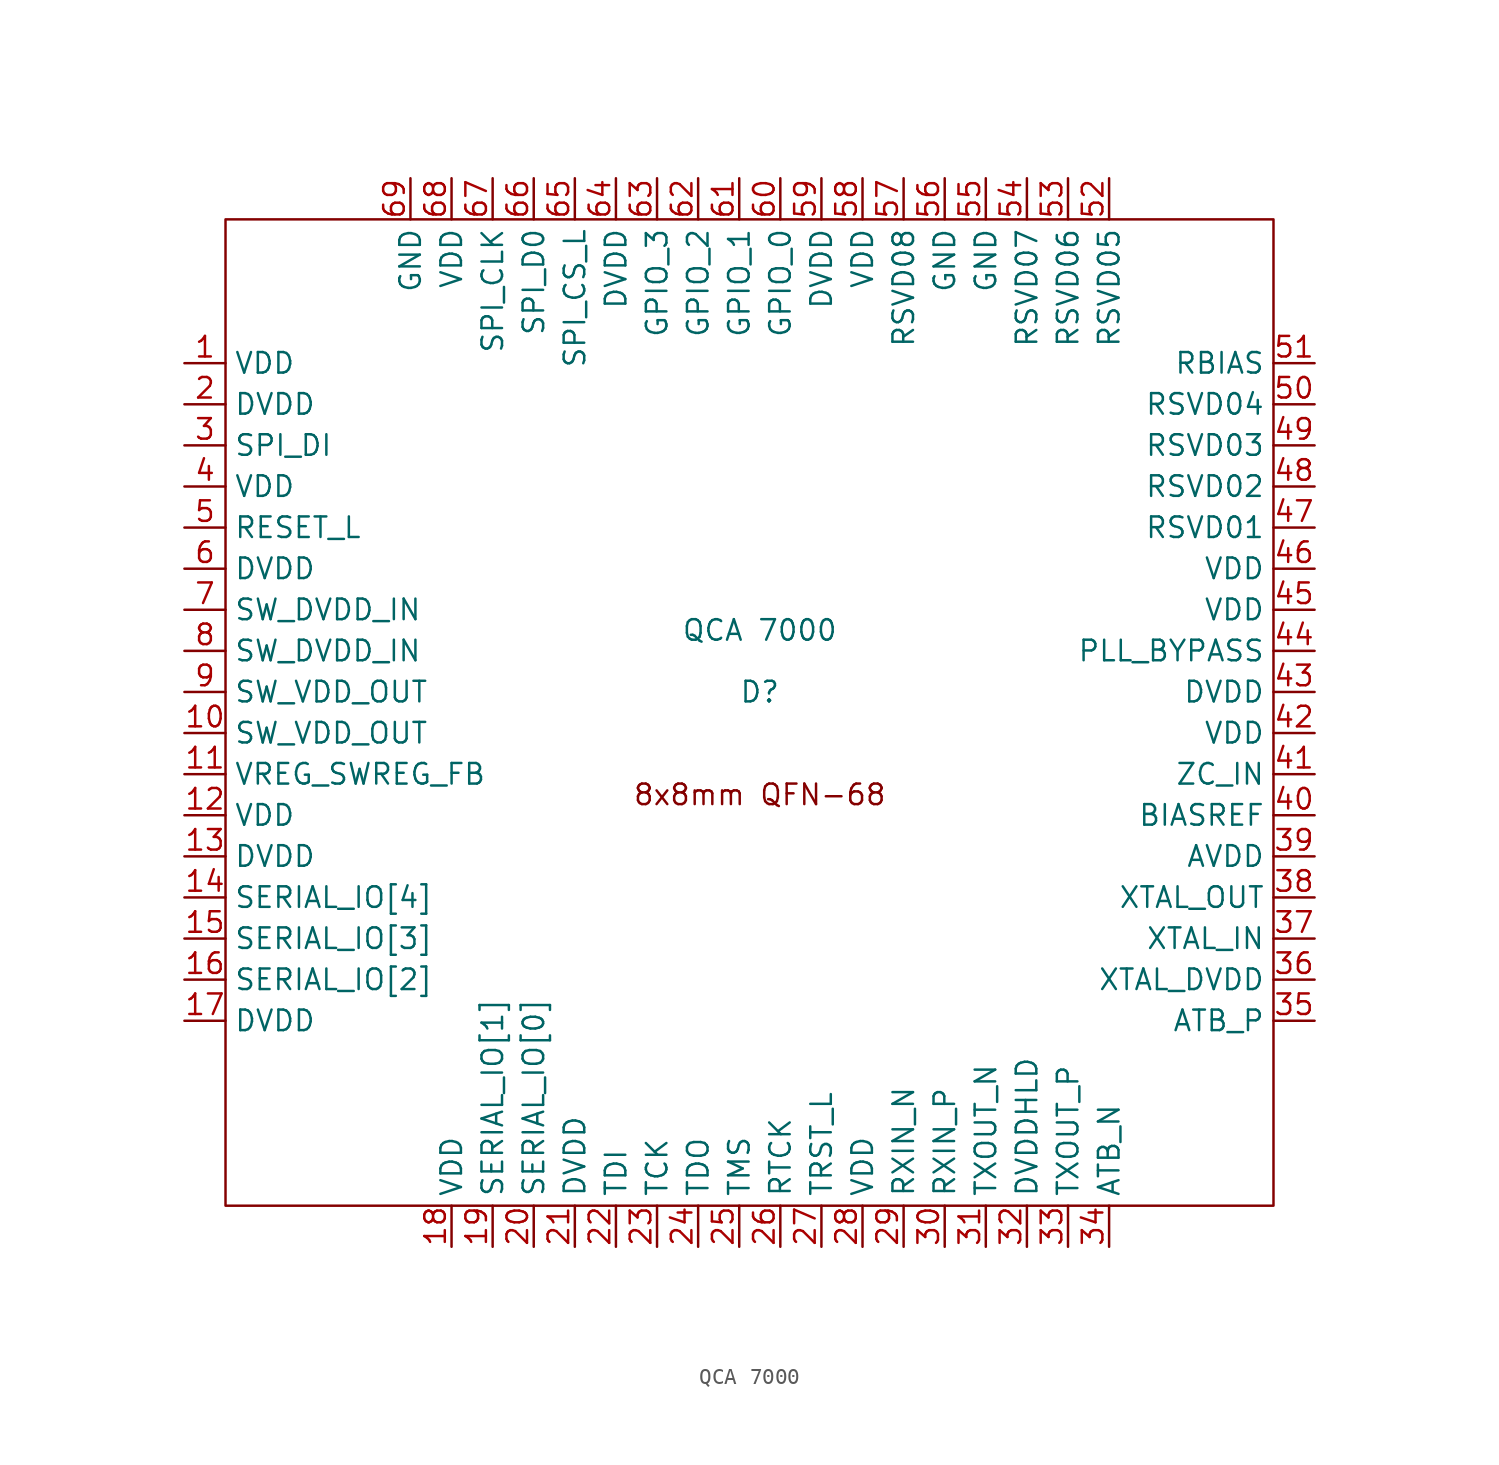
<source format=kicad_sym>
(kicad_symbol_lib
  (version 20211014)
  (generator kicad_symbol_editor)
  (symbol "QCA 7000"
    (property "Reference" "D"
      (at 0 0 0)
      (effects (font (size 1.27 1.27))))
    (property "Value" "QCA 7000"
      (at 0 3.81 0)
      (effects (font (size 1.27 1.27))))
    (symbol "QCA 7000_0_0"
      (text "8x8mm QFN-68" (at 0 -6.35 0) (effects (font (size 1.27 1.27))))
      (pin power_in line (at -35.56 -2.54 0) (length 2.54) (name "SW_VDD_OUT" (effects (font (size 1.27 1.27)))) (number "10" (effects (font (size 1.27 1.27)))))
      (pin power_in line (at -35.56 -5.08 0) (length 2.54) (name "VREG_SWREG_FB" (effects (font (size 1.27 1.27)))) (number "11" (effects (font (size 1.27 1.27)))))
      (pin power_in line (at -35.56 -7.62 0) (length 2.54) (name "VDD" (effects (font (size 1.27 1.27)))) (number "12" (effects (font (size 1.27 1.27)))))
      (pin power_in line (at -35.56 -10.16 0) (length 2.54) (name "DVDD" (effects (font (size 1.27 1.27)))) (number "13" (effects (font (size 1.27 1.27)))))
      (pin bidirectional line (at -35.56 -12.7 0) (length 2.54) (name "SERIAL_IO[4]" (effects (font (size 1.27 1.27)))) (number "14" (effects (font (size 1.27 1.27)))))
      (pin bidirectional line (at -35.56 -15.24 0) (length 2.54) (name "SERIAL_IO[3]" (effects (font (size 1.27 1.27)))) (number "15" (effects (font (size 1.27 1.27)))))
      (pin bidirectional line (at -35.56 -17.78 0) (length 2.54) (name "SERIAL_IO[2]" (effects (font (size 1.27 1.27)))) (number "16" (effects (font (size 1.27 1.27)))))
      (pin power_in line (at -35.56 -20.32 0) (length 2.54) (name "DVDD" (effects (font (size 1.27 1.27)))) (number "17" (effects (font (size 1.27 1.27)))))
      (pin power_in line (at -19.05 -34.29 90) (length 2.54) (name "VDD" (effects (font (size 1.27 1.27)))) (number "18" (effects (font (size 1.27 1.27)))))
      (pin bidirectional line (at -16.51 -34.29 90) (length 2.54) (name "SERIAL_IO[1]" (effects (font (size 1.27 1.27)))) (number "19" (effects (font (size 1.27 1.27)))))
      (pin power_in line (at -35.56 17.78 0) (length 2.54) (name "DVDD" (effects (font (size 1.27 1.27)))) (number "2" (effects (font (size 1.27 1.27)))))
      (pin bidirectional line (at -13.97 -34.29 90) (length 2.54) (name "SERIAL_IO[0]" (effects (font (size 1.27 1.27)))) (number "20" (effects (font (size 1.27 1.27)))))
      (pin power_in line (at -11.43 -34.29 90) (length 2.54) (name "DVDD" (effects (font (size 1.27 1.27)))) (number "21" (effects (font (size 1.27 1.27)))))
      (pin input line (at -8.89 -34.29 90) (length 2.54) (name "TDI" (effects (font (size 1.27 1.27)))) (number "22" (effects (font (size 1.27 1.27)))))
      (pin input line (at -6.35 -34.29 90) (length 2.54) (name "TCK" (effects (font (size 1.27 1.27)))) (number "23" (effects (font (size 1.27 1.27)))))
      (pin bidirectional line (at -3.81 -34.29 90) (length 2.54) (name "TDO" (effects (font (size 1.27 1.27)))) (number "24" (effects (font (size 1.27 1.27)))))
      (pin input line (at -1.27 -34.29 90) (length 2.54) (name "TMS" (effects (font (size 1.27 1.27)))) (number "25" (effects (font (size 1.27 1.27)))))
      (pin output line (at 1.27 -34.29 90) (length 2.54) (name "RTCK" (effects (font (size 1.27 1.27)))) (number "26" (effects (font (size 1.27 1.27)))))
      (pin input line (at 3.81 -34.29 90) (length 2.54) (name "TRST_L" (effects (font (size 1.27 1.27)))) (number "27" (effects (font (size 1.27 1.27)))))
      (pin power_in line (at 6.35 -34.29 90) (length 2.54) (name "VDD" (effects (font (size 1.27 1.27)))) (number "28" (effects (font (size 1.27 1.27)))))
      (pin input line (at 8.89 -34.29 90) (length 2.54) (name "RXIN_N" (effects (font (size 1.27 1.27)))) (number "29" (effects (font (size 1.27 1.27)))))
      (pin input line (at -35.56 15.24 0) (length 2.54) (name "SPI_DI" (effects (font (size 1.27 1.27)))) (number "3" (effects (font (size 1.27 1.27)))))
      (pin input line (at 11.43 -34.29 90) (length 2.54) (name "RXIN_P" (effects (font (size 1.27 1.27)))) (number "30" (effects (font (size 1.27 1.27)))))
      (pin output line (at 13.97 -34.29 90) (length 2.54) (name "TXOUT_N" (effects (font (size 1.27 1.27)))) (number "31" (effects (font (size 1.27 1.27)))))
      (pin power_in line (at 16.51 -34.29 90) (length 2.54) (name "DVDDHLD" (effects (font (size 1.27 1.27)))) (number "32" (effects (font (size 1.27 1.27)))))
      (pin output line (at 19.05 -34.29 90) (length 2.54) (name "TXOUT_P" (effects (font (size 1.27 1.27)))) (number "33" (effects (font (size 1.27 1.27)))))
      (pin input line (at 21.59 -34.29 90) (length 2.54) (name "ATB_N" (effects (font (size 1.27 1.27)))) (number "34" (effects (font (size 1.27 1.27)))))
      (pin input line (at 34.29 -20.32 180) (length 2.54) (name "ATB_P" (effects (font (size 1.27 1.27)))) (number "35" (effects (font (size 1.27 1.27)))))
      (pin power_in line (at 34.29 -17.78 180) (length 2.54) (name "XTAL_DVDD" (effects (font (size 1.27 1.27)))) (number "36" (effects (font (size 1.27 1.27)))))
      (pin input line (at 34.29 -15.24 180) (length 2.54) (name "XTAL_IN" (effects (font (size 1.27 1.27)))) (number "37" (effects (font (size 1.27 1.27)))))
      (pin output line (at 34.29 -12.7 180) (length 2.54) (name "XTAL_OUT" (effects (font (size 1.27 1.27)))) (number "38" (effects (font (size 1.27 1.27)))))
      (pin power_in line (at 34.29 -10.16 180) (length 2.54) (name "AVDD" (effects (font (size 1.27 1.27)))) (number "39" (effects (font (size 1.27 1.27)))))
      (pin power_in line (at -35.56 12.7 0) (length 2.54) (name "VDD" (effects (font (size 1.27 1.27)))) (number "4" (effects (font (size 1.27 1.27)))))
      (pin power_in line (at 34.29 -7.62 180) (length 2.54) (name "BIASREF" (effects (font (size 1.27 1.27)))) (number "40" (effects (font (size 1.27 1.27)))))
      (pin input line (at 34.29 -5.08 180) (length 2.54) (name "ZC_IN" (effects (font (size 1.27 1.27)))) (number "41" (effects (font (size 1.27 1.27)))))
      (pin power_in line (at 34.29 -2.54 180) (length 2.54) (name "VDD" (effects (font (size 1.27 1.27)))) (number "42" (effects (font (size 1.27 1.27)))))
      (pin power_in line (at 34.29 0 180) (length 2.54) (name "DVDD" (effects (font (size 1.27 1.27)))) (number "43" (effects (font (size 1.27 1.27)))))
      (pin input line (at 34.29 2.54 180) (length 2.54) (name "PLL_BYPASS" (effects (font (size 1.27 1.27)))) (number "44" (effects (font (size 1.27 1.27)))))
      (pin power_in line (at 34.29 5.08 180) (length 2.54) (name "VDD" (effects (font (size 1.27 1.27)))) (number "45" (effects (font (size 1.27 1.27)))))
      (pin power_in line (at 34.29 7.62 180) (length 2.54) (name "VDD" (effects (font (size 1.27 1.27)))) (number "46" (effects (font (size 1.27 1.27)))))
      (pin power_in line (at 34.29 10.16 180) (length 2.54) (name "RSVD01" (effects (font (size 1.27 1.27)))) (number "47" (effects (font (size 1.27 1.27)))))
      (pin bidirectional line (at 34.29 12.7 180) (length 2.54) (name "RSVD02" (effects (font (size 1.27 1.27)))) (number "48" (effects (font (size 1.27 1.27)))))
      (pin bidirectional line (at 34.29 15.24 180) (length 2.54) (name "RSVD03" (effects (font (size 1.27 1.27)))) (number "49" (effects (font (size 1.27 1.27)))))
      (pin input line (at -35.56 10.16 0) (length 2.54) (name "RESET_L" (effects (font (size 1.27 1.27)))) (number "5" (effects (font (size 1.27 1.27)))))
      (pin power_in line (at 34.29 17.78 180) (length 2.54) (name "RSVD04" (effects (font (size 1.27 1.27)))) (number "50" (effects (font (size 1.27 1.27)))))
      (pin bidirectional line (at 34.29 20.32 180) (length 2.54) (name "RBIAS" (effects (font (size 1.27 1.27)))) (number "51" (effects (font (size 1.27 1.27)))))
      (pin bidirectional line (at 21.59 31.75 270) (length 2.54) (name "RSVD05" (effects (font (size 1.27 1.27)))) (number "52" (effects (font (size 1.27 1.27)))))
      (pin bidirectional line (at 19.05 31.75 270) (length 2.54) (name "RSVD06" (effects (font (size 1.27 1.27)))) (number "53" (effects (font (size 1.27 1.27)))))
      (pin bidirectional line (at 16.51 31.75 270) (length 2.54) (name "RSVD07" (effects (font (size 1.27 1.27)))) (number "54" (effects (font (size 1.27 1.27)))))
      (pin power_in line (at 13.97 31.75 270) (length 2.54) (name "GND" (effects (font (size 1.27 1.27)))) (number "55" (effects (font (size 1.27 1.27)))))
      (pin power_in line (at 11.43 31.75 270) (length 2.54) (name "GND" (effects (font (size 1.27 1.27)))) (number "56" (effects (font (size 1.27 1.27)))))
      (pin bidirectional line (at 8.89 31.75 270) (length 2.54) (name "RSVD08" (effects (font (size 1.27 1.27)))) (number "57" (effects (font (size 1.27 1.27)))))
      (pin power_in line (at 6.35 31.75 270) (length 2.54) (name "VDD" (effects (font (size 1.27 1.27)))) (number "58" (effects (font (size 1.27 1.27)))))
      (pin power_in line (at 3.81 31.75 270) (length 2.54) (name "DVDD" (effects (font (size 1.27 1.27)))) (number "59" (effects (font (size 1.27 1.27)))))
      (pin power_in line (at -35.56 7.62 0) (length 2.54) (name "DVDD" (effects (font (size 1.27 1.27)))) (number "6" (effects (font (size 1.27 1.27)))))
      (pin bidirectional line (at 1.27 31.75 270) (length 2.54) (name "GPIO_0" (effects (font (size 1.27 1.27)))) (number "60" (effects (font (size 1.27 1.27)))))
      (pin bidirectional line (at -1.27 31.75 270) (length 2.54) (name "GPIO_1" (effects (font (size 1.27 1.27)))) (number "61" (effects (font (size 1.27 1.27)))))
      (pin bidirectional line (at -3.81 31.75 270) (length 2.54) (name "GPIO_2" (effects (font (size 1.27 1.27)))) (number "62" (effects (font (size 1.27 1.27)))))
      (pin bidirectional line (at -6.35 31.75 270) (length 2.54) (name "GPIO_3" (effects (font (size 1.27 1.27)))) (number "63" (effects (font (size 1.27 1.27)))))
      (pin power_in line (at -8.89 31.75 270) (length 2.54) (name "DVDD" (effects (font (size 1.27 1.27)))) (number "64" (effects (font (size 1.27 1.27)))))
      (pin output line (at -11.43 31.75 270) (length 2.54) (name "SPI_CS_L" (effects (font (size 1.27 1.27)))) (number "65" (effects (font (size 1.27 1.27)))))
      (pin output line (at -13.97 31.75 270) (length 2.54) (name "SPI_D0" (effects (font (size 1.27 1.27)))) (number "66" (effects (font (size 1.27 1.27)))))
      (pin output line (at -16.51 31.75 270) (length 2.54) (name "SPI_CLK" (effects (font (size 1.27 1.27)))) (number "67" (effects (font (size 1.27 1.27)))))
      (pin power_in line (at -19.05 31.75 270) (length 2.54) (name "VDD" (effects (font (size 1.27 1.27)))) (number "68" (effects (font (size 1.27 1.27)))))
      (pin power_in line (at -21.59 31.75 270) (length 2.54) (name "GND" (effects (font (size 1.27 1.27)))) (number "69" (effects (font (size 1.27 1.27)))))
      (pin power_in line (at -35.56 5.08 0) (length 2.54) (name "SW_DVDD_IN" (effects (font (size 1.27 1.27)))) (number "7" (effects (font (size 1.27 1.27)))))
      (pin power_in line (at -35.56 2.54 0) (length 2.54) (name "SW_DVDD_IN" (effects (font (size 1.27 1.27)))) (number "8" (effects (font (size 1.27 1.27)))))
      (pin power_in line (at -35.56 0 0) (length 2.54) (name "SW_VDD_OUT" (effects (font (size 1.27 1.27)))) (number "9" (effects (font (size 1.27 1.27))))))
    (symbol "QCA 7000_0_1"
      (rectangle (start -33.02 29.21) (end 31.75 -31.75) (stroke (width 0) (type default) (color 0 0 0 0)) (fill (type none))))
    (symbol "QCA 7000_1_1"
      (pin power_in line (at -35.56 20.32 0) (length 2.54) (name "VDD" (effects (font (size 1.27 1.27)))) (number "1" (effects (font (size 1.27 1.27))))))))
</source>
